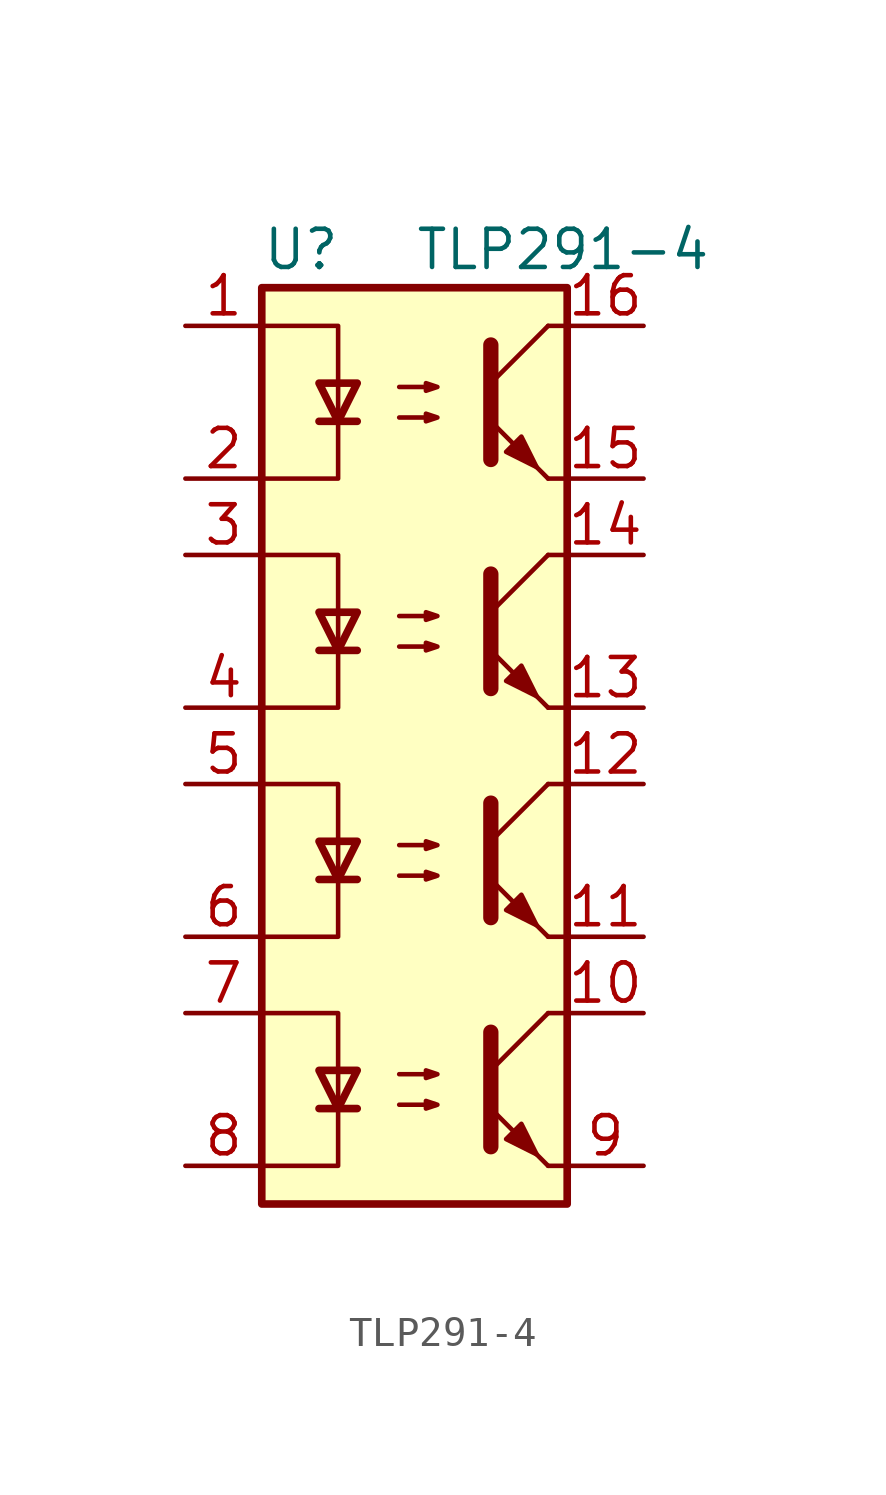
<source format=kicad_sym>
(kicad_symbol_lib
  (version 20241209)
  (generator "kicad_symbol_editor")
  (generator_version "9.0")
  (symbol "TLP291-4"
    (property "Reference" "U"
      (at -5.08 5.08 0)
      (effects (font (size 1.27 1.27)) (justify left)))
    (property "Value" "TLP291-4"
      (at 0 5.08 0)
      (effects (font (size 1.27 1.27)) (justify left)))
    (symbol "TLP291-4_0_1"
      (rectangle (start -5.08 3.81) (end 5.08 -26.67) (stroke (width 0.254) (type default)) (fill (type background)))
      (polyline (pts (xy -5.08 2.54) (xy -2.54 2.54) (xy -2.54 0.635)) (stroke (width 0) (type default)) (fill (type none)))
      (polyline (pts (xy -5.08 -5.08) (xy -2.54 -5.08) (xy -2.54 -6.985)) (stroke (width 0) (type default)) (fill (type none)))
      (polyline (pts (xy -5.08 -12.7) (xy -2.54 -12.7) (xy -2.54 -14.605)) (stroke (width 0) (type default)) (fill (type none)))
      (polyline (pts (xy -5.08 -20.32) (xy -2.54 -20.32) (xy -2.54 -22.225)) (stroke (width 0) (type default)) (fill (type none)))
      (polyline (pts (xy -3.175 -0.635) (xy -1.905 -0.635)) (stroke (width 0.254) (type default)) (fill (type none)))
      (polyline (pts (xy -3.175 -8.255) (xy -1.905 -8.255)) (stroke (width 0.254) (type default)) (fill (type none)))
      (polyline (pts (xy -3.175 -15.875) (xy -1.905 -15.875)) (stroke (width 0.254) (type default)) (fill (type none)))
      (polyline (pts (xy -3.175 -23.495) (xy -1.905 -23.495)) (stroke (width 0.254) (type default)) (fill (type none)))
      (polyline (pts (xy -2.54 0.635) (xy -2.54 -2.54) (xy -5.08 -2.54)) (stroke (width 0) (type default)) (fill (type none)))
      (polyline (pts (xy -2.54 -0.635) (xy -3.175 0.635) (xy -1.905 0.635) (xy -2.54 -0.635)) (stroke (width 0.254) (type default)) (fill (type none)))
      (polyline (pts (xy -2.54 -6.985) (xy -2.54 -10.16) (xy -5.08 -10.16)) (stroke (width 0) (type default)) (fill (type none)))
      (polyline (pts (xy -2.54 -8.255) (xy -3.175 -6.985) (xy -1.905 -6.985) (xy -2.54 -8.255)) (stroke (width 0.254) (type default)) (fill (type none)))
      (polyline (pts (xy -2.54 -14.605) (xy -2.54 -17.78) (xy -5.08 -17.78)) (stroke (width 0) (type default)) (fill (type none)))
      (polyline (pts (xy -2.54 -15.875) (xy -3.175 -14.605) (xy -1.905 -14.605) (xy -2.54 -15.875)) (stroke (width 0.254) (type default)) (fill (type none)))
      (polyline (pts (xy -2.54 -22.225) (xy -2.54 -25.4) (xy -5.08 -25.4)) (stroke (width 0) (type default)) (fill (type none)))
      (polyline (pts (xy -2.54 -23.495) (xy -3.175 -22.225) (xy -1.905 -22.225) (xy -2.54 -23.495)) (stroke (width 0.254) (type default)) (fill (type none)))
      (polyline (pts (xy -0.508 0.508) (xy 0.762 0.508) (xy 0.381 0.381) (xy 0.381 0.635) (xy 0.762 0.508)) (stroke (width 0) (type default)) (fill (type none)))
      (polyline (pts (xy -0.508 -0.508) (xy 0.762 -0.508) (xy 0.381 -0.635) (xy 0.381 -0.381) (xy 0.762 -0.508)) (stroke (width 0) (type default)) (fill (type none)))
      (polyline (pts (xy -0.508 -7.112) (xy 0.762 -7.112) (xy 0.381 -7.239) (xy 0.381 -6.985) (xy 0.762 -7.112)) (stroke (width 0) (type default)) (fill (type none)))
      (polyline (pts (xy -0.508 -8.128) (xy 0.762 -8.128) (xy 0.381 -8.255) (xy 0.381 -8.001) (xy 0.762 -8.128)) (stroke (width 0) (type default)) (fill (type none)))
      (polyline (pts (xy -0.508 -14.732) (xy 0.762 -14.732) (xy 0.381 -14.859) (xy 0.381 -14.605) (xy 0.762 -14.732)) (stroke (width 0) (type default)) (fill (type none)))
      (polyline (pts (xy -0.508 -15.748) (xy 0.762 -15.748) (xy 0.381 -15.875) (xy 0.381 -15.621) (xy 0.762 -15.748)) (stroke (width 0) (type default)) (fill (type none)))
      (polyline (pts (xy -0.508 -22.352) (xy 0.762 -22.352) (xy 0.381 -22.479) (xy 0.381 -22.225) (xy 0.762 -22.352)) (stroke (width 0) (type default)) (fill (type none)))
      (polyline (pts (xy -0.508 -23.368) (xy 0.762 -23.368) (xy 0.381 -23.495) (xy 0.381 -23.241) (xy 0.762 -23.368)) (stroke (width 0) (type default)) (fill (type none)))
      (polyline (pts (xy 2.54 1.905) (xy 2.54 -1.905)) (stroke (width 0.508) (type default)) (fill (type none)))
      (polyline (pts (xy 2.54 0.635) (xy 4.445 2.54)) (stroke (width 0) (type default)) (fill (type none)))
      (polyline (pts (xy 2.54 -5.715) (xy 2.54 -9.525)) (stroke (width 0.508) (type default)) (fill (type none)))
      (polyline (pts (xy 2.54 -6.985) (xy 4.445 -5.08)) (stroke (width 0) (type default)) (fill (type none)))
      (polyline (pts (xy 2.54 -13.335) (xy 2.54 -17.145)) (stroke (width 0.508) (type default)) (fill (type none)))
      (polyline (pts (xy 2.54 -14.605) (xy 4.445 -12.7)) (stroke (width 0) (type default)) (fill (type none)))
      (polyline (pts (xy 2.54 -20.955) (xy 2.54 -24.765)) (stroke (width 0.508) (type default)) (fill (type none)))
      (polyline (pts (xy 2.54 -22.225) (xy 4.445 -20.32)) (stroke (width 0) (type default)) (fill (type none)))
      (polyline (pts (xy 3.048 -1.651) (xy 3.556 -1.143) (xy 4.064 -2.159) (xy 3.048 -1.651)) (stroke (width 0) (type default)) (fill (type outline)))
      (polyline (pts (xy 3.048 -9.271) (xy 3.556 -8.763) (xy 4.064 -9.779) (xy 3.048 -9.271)) (stroke (width 0) (type default)) (fill (type outline)))
      (polyline (pts (xy 3.048 -16.891) (xy 3.556 -16.383) (xy 4.064 -17.399) (xy 3.048 -16.891)) (stroke (width 0) (type default)) (fill (type outline)))
      (polyline (pts (xy 3.048 -24.511) (xy 3.556 -24.003) (xy 4.064 -25.019) (xy 3.048 -24.511)) (stroke (width 0) (type default)) (fill (type outline)))
      (polyline (pts (xy 4.445 2.54) (xy 5.08 2.54)) (stroke (width 0) (type default)) (fill (type none)))
      (polyline (pts (xy 4.445 -2.54) (xy 2.54 -0.635)) (stroke (width 0) (type default)) (fill (type outline)))
      (polyline (pts (xy 4.445 -2.54) (xy 5.08 -2.54)) (stroke (width 0) (type default)) (fill (type none)))
      (polyline (pts (xy 4.445 -5.08) (xy 5.08 -5.08)) (stroke (width 0) (type default)) (fill (type none)))
      (polyline (pts (xy 4.445 -10.16) (xy 2.54 -8.255)) (stroke (width 0) (type default)) (fill (type outline)))
      (polyline (pts (xy 4.445 -10.16) (xy 5.08 -10.16)) (stroke (width 0) (type default)) (fill (type none)))
      (polyline (pts (xy 4.445 -12.7) (xy 5.08 -12.7)) (stroke (width 0) (type default)) (fill (type none)))
      (polyline (pts (xy 4.445 -17.78) (xy 2.54 -15.875)) (stroke (width 0) (type default)) (fill (type outline)))
      (polyline (pts (xy 4.445 -17.78) (xy 5.08 -17.78)) (stroke (width 0) (type default)) (fill (type none)))
      (polyline (pts (xy 4.445 -20.32) (xy 5.08 -20.32)) (stroke (width 0) (type default)) (fill (type none)))
      (polyline (pts (xy 4.445 -25.4) (xy 2.54 -23.495)) (stroke (width 0) (type default)) (fill (type outline)))
      (polyline (pts (xy 4.445 -25.4) (xy 5.08 -25.4)) (stroke (width 0) (type default)) (fill (type none))))
    (symbol "TLP291-4_1_1"
      (pin passive line (at -7.62 2.54 0) (length 2.54) (name "~" (effects (font (size 1.27 1.27)))) (number "1" (effects (font (size 1.27 1.27)))))
      (pin passive line (at -7.62 -2.54 0) (length 2.54) (name "~" (effects (font (size 1.27 1.27)))) (number "2" (effects (font (size 1.27 1.27)))))
      (pin passive line (at -7.62 -5.08 0) (length 2.54) (name "~" (effects (font (size 1.27 1.27)))) (number "3" (effects (font (size 1.27 1.27)))))
      (pin passive line (at -7.62 -10.16 0) (length 2.54) (name "~" (effects (font (size 1.27 1.27)))) (number "4" (effects (font (size 1.27 1.27)))))
      (pin passive line (at -7.62 -12.7 0) (length 2.54) (name "~" (effects (font (size 1.27 1.27)))) (number "5" (effects (font (size 1.27 1.27)))))
      (pin passive line (at -7.62 -17.78 0) (length 2.54) (name "~" (effects (font (size 1.27 1.27)))) (number "6" (effects (font (size 1.27 1.27)))))
      (pin passive line (at -7.62 -20.32 0) (length 2.54) (name "~" (effects (font (size 1.27 1.27)))) (number "7" (effects (font (size 1.27 1.27)))))
      (pin passive line (at -7.62 -25.4 0) (length 2.54) (name "~" (effects (font (size 1.27 1.27)))) (number "8" (effects (font (size 1.27 1.27)))))
      (pin passive line (at 7.62 2.54 180) (length 2.54) (name "~" (effects (font (size 1.27 1.27)))) (number "16" (effects (font (size 1.27 1.27)))))
      (pin passive line (at 7.62 -2.54 180) (length 2.54) (name "~" (effects (font (size 1.27 1.27)))) (number "15" (effects (font (size 1.27 1.27)))))
      (pin passive line (at 7.62 -5.08 180) (length 2.54) (name "~" (effects (font (size 1.27 1.27)))) (number "14" (effects (font (size 1.27 1.27)))))
      (pin passive line (at 7.62 -10.16 180) (length 2.54) (name "~" (effects (font (size 1.27 1.27)))) (number "13" (effects (font (size 1.27 1.27)))))
      (pin passive line (at 7.62 -12.7 180) (length 2.54) (name "~" (effects (font (size 1.27 1.27)))) (number "12" (effects (font (size 1.27 1.27)))))
      (pin passive line (at 7.62 -17.78 180) (length 2.54) (name "~" (effects (font (size 1.27 1.27)))) (number "11" (effects (font (size 1.27 1.27)))))
      (pin passive line (at 7.62 -20.32 180) (length 2.54) (name "~" (effects (font (size 1.27 1.27)))) (number "10" (effects (font (size 1.27 1.27)))))
      (pin passive line (at 7.62 -25.4 180) (length 2.54) (name "~" (effects (font (size 1.27 1.27)))) (number "9" (effects (font (size 1.27 1.27))))))))
</source>
